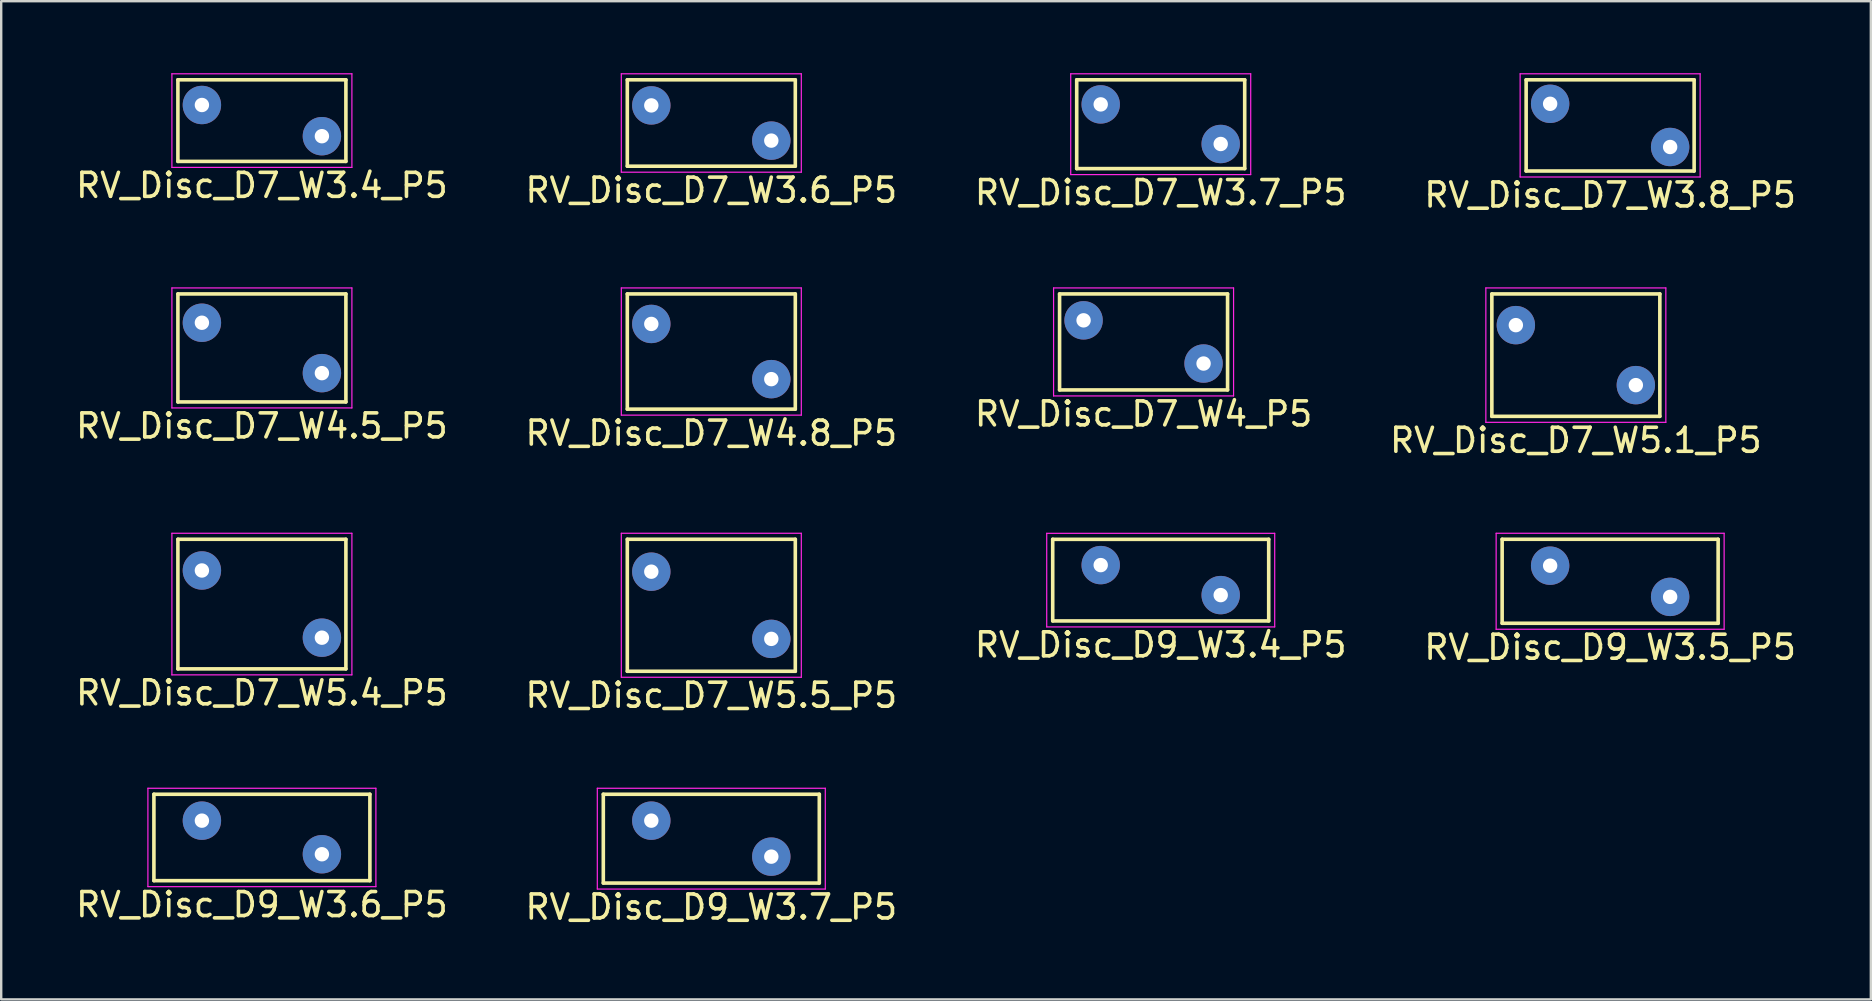
<source format=kicad_pcb>
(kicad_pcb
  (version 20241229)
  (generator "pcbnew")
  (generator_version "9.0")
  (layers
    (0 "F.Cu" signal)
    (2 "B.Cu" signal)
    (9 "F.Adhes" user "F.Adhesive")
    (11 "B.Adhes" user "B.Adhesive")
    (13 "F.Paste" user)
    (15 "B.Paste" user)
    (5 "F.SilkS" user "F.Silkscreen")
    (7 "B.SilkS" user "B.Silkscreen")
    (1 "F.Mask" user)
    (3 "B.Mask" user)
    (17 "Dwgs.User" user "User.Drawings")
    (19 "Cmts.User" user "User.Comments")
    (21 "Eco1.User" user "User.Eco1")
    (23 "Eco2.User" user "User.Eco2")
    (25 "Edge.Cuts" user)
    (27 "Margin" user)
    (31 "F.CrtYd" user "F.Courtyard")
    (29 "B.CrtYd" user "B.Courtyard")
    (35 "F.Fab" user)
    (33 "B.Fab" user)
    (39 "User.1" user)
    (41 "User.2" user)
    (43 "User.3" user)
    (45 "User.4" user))
  (footprint "RV_Disc_D7_W3.4_P5"
    (layer "F.Cu")
    (at 5.363 1.325)
    (property "Reference" "RV_Disc_D7_W3.4_P5" (at 2.5 3.35 0) (layer "F.SilkS") (effects (font (size 1 1) (thickness 0.15))))
    (attr through_hole)
    (fp_line (start -1 -1.05) (end -1 2.35) (stroke (width 0.15) (type solid)) (layer "F.SilkS"))
    (fp_line (start -1 -1.05) (end 6 -1.05) (stroke (width 0.15) (type solid)) (layer "F.SilkS"))
    (fp_line (start -1 2.35) (end 6 2.35) (stroke (width 0.15) (type solid)) (layer "F.SilkS"))
    (fp_line (start 6 -1.05) (end 6 2.35) (stroke (width 0.15) (type solid)) (layer "F.SilkS"))
    (fp_line (start -1.25 -1.3) (end -1.25 2.6) (stroke (width 0.05) (type solid)) (layer "F.CrtYd"))
    (fp_line (start -1.25 -1.3) (end 6.25 -1.3) (stroke (width 0.05) (type solid)) (layer "F.CrtYd"))
    (fp_line (start -1.25 2.6) (end 6.25 2.6) (stroke (width 0.05) (type solid)) (layer "F.CrtYd"))
    (fp_line (start 6.25 -1.3) (end 6.25 2.6) (stroke (width 0.05) (type solid)) (layer "F.CrtYd"))
    (pad "1" thru_hole circle (at 0 0) (size 1.6 1.6) (drill 0.6) (layers "*.Cu" "*.Mask"))
    (pad "2" thru_hole circle (at 5 1.3) (size 1.6 1.6) (drill 0.6) (layers "*.Cu" "*.Mask")))
  (footprint "RV_Disc_D7_W4.5_P5"
    (layer "F.Cu")
    (at 5.363 10.398)
    (property "Reference" "RV_Disc_D7_W4.5_P5" (at 2.5 4.3 0) (layer "F.SilkS") (effects (font (size 1 1) (thickness 0.15))))
    (attr through_hole)
    (fp_line (start -1 -1.2) (end -1 3.3) (stroke (width 0.15) (type solid)) (layer "F.SilkS"))
    (fp_line (start -1 -1.2) (end 6 -1.2) (stroke (width 0.15) (type solid)) (layer "F.SilkS"))
    (fp_line (start -1 3.3) (end 6 3.3) (stroke (width 0.15) (type solid)) (layer "F.SilkS"))
    (fp_line (start 6 -1.2) (end 6 3.3) (stroke (width 0.15) (type solid)) (layer "F.SilkS"))
    (fp_line (start -1.25 -1.45) (end -1.25 3.55) (stroke (width 0.05) (type solid)) (layer "F.CrtYd"))
    (fp_line (start -1.25 -1.45) (end 6.25 -1.45) (stroke (width 0.05) (type solid)) (layer "F.CrtYd"))
    (fp_line (start -1.25 3.55) (end 6.25 3.55) (stroke (width 0.05) (type solid)) (layer "F.CrtYd"))
    (fp_line (start 6.25 -1.45) (end 6.25 3.55) (stroke (width 0.05) (type solid)) (layer "F.CrtYd"))
    (pad "1" thru_hole circle (at 0 0) (size 1.6 1.6) (drill 0.6) (layers "*.Cu" "*.Mask"))
    (pad "2" thru_hole circle (at 5 2.1) (size 1.6 1.6) (drill 0.6) (layers "*.Cu" "*.Mask")))
  (footprint "RV_Disc_D7_W4.8_P5"
    (layer "F.Cu")
    (at 24.089 10.448)
    (property "Reference" "RV_Disc_D7_W4.8_P5" (at 2.5 4.55 0) (layer "F.SilkS") (effects (font (size 1 1) (thickness 0.15))))
    (attr through_hole)
    (fp_line (start -1 -1.25) (end -1 3.55) (stroke (width 0.15) (type solid)) (layer "F.SilkS"))
    (fp_line (start -1 -1.25) (end 6 -1.25) (stroke (width 0.15) (type solid)) (layer "F.SilkS"))
    (fp_line (start -1 3.55) (end 6 3.55) (stroke (width 0.15) (type solid)) (layer "F.SilkS"))
    (fp_line (start 6 -1.25) (end 6 3.55) (stroke (width 0.15) (type solid)) (layer "F.SilkS"))
    (fp_line (start -1.25 -1.5) (end -1.25 3.8) (stroke (width 0.05) (type solid)) (layer "F.CrtYd"))
    (fp_line (start -1.25 -1.5) (end 6.25 -1.5) (stroke (width 0.05) (type solid)) (layer "F.CrtYd"))
    (fp_line (start -1.25 3.8) (end 6.25 3.8) (stroke (width 0.05) (type solid)) (layer "F.CrtYd"))
    (fp_line (start 6.25 -1.5) (end 6.25 3.8) (stroke (width 0.05) (type solid)) (layer "F.CrtYd"))
    (pad "1" thru_hole circle (at 0 0) (size 1.6 1.6) (drill 0.6) (layers "*.Cu" "*.Mask"))
    (pad "2" thru_hole circle (at 5 2.3) (size 1.6 1.6) (drill 0.6) (layers "*.Cu" "*.Mask")))
  (footprint "RV_Disc_D9_W3.5_P5"
    (layer "F.Cu")
    (at 61.542 20.521)
    (property "Reference" "RV_Disc_D9_W3.5_P5" (at 2.5 3.4 0) (layer "F.SilkS") (effects (font (size 1 1) (thickness 0.15))))
    (attr through_hole)
    (fp_line (start -2 -1.1) (end -2 2.4) (stroke (width 0.15) (type solid)) (layer "F.SilkS"))
    (fp_line (start -2 -1.1) (end 7 -1.1) (stroke (width 0.15) (type solid)) (layer "F.SilkS"))
    (fp_line (start -2 2.4) (end 7 2.4) (stroke (width 0.15) (type solid)) (layer "F.SilkS"))
    (fp_line (start 7 -1.1) (end 7 2.4) (stroke (width 0.15) (type solid)) (layer "F.SilkS"))
    (fp_line (start -2.25 -1.35) (end -2.25 2.65) (stroke (width 0.05) (type solid)) (layer "F.CrtYd"))
    (fp_line (start -2.25 -1.35) (end 7.25 -1.35) (stroke (width 0.05) (type solid)) (layer "F.CrtYd"))
    (fp_line (start -2.25 2.65) (end 7.25 2.65) (stroke (width 0.05) (type solid)) (layer "F.CrtYd"))
    (fp_line (start 7.25 -1.35) (end 7.25 2.65) (stroke (width 0.05) (type solid)) (layer "F.CrtYd"))
    (pad "1" thru_hole circle (at 0 0) (size 1.6 1.6) (drill 0.6) (layers "*.Cu" "*.Mask"))
    (pad "2" thru_hole circle (at 5 1.3) (size 1.6 1.6) (drill 0.6) (layers "*.Cu" "*.Mask")))
  (footprint "RV_Disc_D9_W3.6_P5"
    (layer "F.Cu")
    (at 5.363 31.145)
    (property "Reference" "RV_Disc_D9_W3.6_P5" (at 2.5 3.5 0) (layer "F.SilkS") (effects (font (size 1 1) (thickness 0.15))))
    (attr through_hole)
    (fp_line (start -2 -1.1) (end -2 2.5) (stroke (width 0.15) (type solid)) (layer "F.SilkS"))
    (fp_line (start -2 -1.1) (end 7 -1.1) (stroke (width 0.15) (type solid)) (layer "F.SilkS"))
    (fp_line (start -2 2.5) (end 7 2.5) (stroke (width 0.15) (type solid)) (layer "F.SilkS"))
    (fp_line (start 7 -1.1) (end 7 2.5) (stroke (width 0.15) (type solid)) (layer "F.SilkS"))
    (fp_line (start -2.25 -1.35) (end -2.25 2.75) (stroke (width 0.05) (type solid)) (layer "F.CrtYd"))
    (fp_line (start -2.25 -1.35) (end 7.25 -1.35) (stroke (width 0.05) (type solid)) (layer "F.CrtYd"))
    (fp_line (start -2.25 2.75) (end 7.25 2.75) (stroke (width 0.05) (type solid)) (layer "F.CrtYd"))
    (fp_line (start 7.25 -1.35) (end 7.25 2.75) (stroke (width 0.05) (type solid)) (layer "F.CrtYd"))
    (pad "1" thru_hole circle (at 0 0) (size 1.6 1.6) (drill 0.6) (layers "*.Cu" "*.Mask"))
    (pad "2" thru_hole circle (at 5 1.4) (size 1.6 1.6) (drill 0.6) (layers "*.Cu" "*.Mask")))
  (footprint "RV_Disc_D7_W3.7_P5"
    (layer "F.Cu")
    (at 42.815 1.3)
    (property "Reference" "RV_Disc_D7_W3.7_P5" (at 2.5 3.675 0) (layer "F.SilkS") (effects (font (size 1 1) (thickness 0.15))))
    (attr through_hole)
    (fp_line (start -1 -1.025) (end -1 2.675) (stroke (width 0.15) (type solid)) (layer "F.SilkS"))
    (fp_line (start -1 -1.025) (end 6 -1.025) (stroke (width 0.15) (type solid)) (layer "F.SilkS"))
    (fp_line (start -1 2.675) (end 6 2.675) (stroke (width 0.15) (type solid)) (layer "F.SilkS"))
    (fp_line (start 6 -1.025) (end 6 2.675) (stroke (width 0.15) (type solid)) (layer "F.SilkS"))
    (fp_line (start -1.25 -1.275) (end -1.25 2.925) (stroke (width 0.05) (type solid)) (layer "F.CrtYd"))
    (fp_line (start -1.25 -1.275) (end 6.25 -1.275) (stroke (width 0.05) (type solid)) (layer "F.CrtYd"))
    (fp_line (start -1.25 2.925) (end 6.25 2.925) (stroke (width 0.05) (type solid)) (layer "F.CrtYd"))
    (fp_line (start 6.25 -1.275) (end 6.25 2.925) (stroke (width 0.05) (type solid)) (layer "F.CrtYd"))
    (pad "1" thru_hole circle (at 0 0) (size 1.6 1.6) (drill 0.6) (layers "*.Cu" "*.Mask"))
    (pad "2" thru_hole circle (at 5 1.65) (size 1.6 1.6) (drill 0.6) (layers "*.Cu" "*.Mask")))
  (footprint "RV_Disc_D7_W5.4_P5"
    (layer "F.Cu")
    (at 5.363 20.721)
    (property "Reference" "RV_Disc_D7_W5.4_P5" (at 2.5 5.1 0) (layer "F.SilkS") (effects (font (size 1 1) (thickness 0.15))))
    (attr through_hole)
    (fp_line (start -1 -1.3) (end -1 4.1) (stroke (width 0.15) (type solid)) (layer "F.SilkS"))
    (fp_line (start -1 -1.3) (end 6 -1.3) (stroke (width 0.15) (type solid)) (layer "F.SilkS"))
    (fp_line (start -1 4.1) (end 6 4.1) (stroke (width 0.15) (type solid)) (layer "F.SilkS"))
    (fp_line (start 6 -1.3) (end 6 4.1) (stroke (width 0.15) (type solid)) (layer "F.SilkS"))
    (fp_line (start -1.25 -1.55) (end -1.25 4.35) (stroke (width 0.05) (type solid)) (layer "F.CrtYd"))
    (fp_line (start -1.25 -1.55) (end 6.25 -1.55) (stroke (width 0.05) (type solid)) (layer "F.CrtYd"))
    (fp_line (start -1.25 4.35) (end 6.25 4.35) (stroke (width 0.05) (type solid)) (layer "F.CrtYd"))
    (fp_line (start 6.25 -1.55) (end 6.25 4.35) (stroke (width 0.05) (type solid)) (layer "F.CrtYd"))
    (pad "1" thru_hole circle (at 0 0) (size 1.6 1.6) (drill 0.6) (layers "*.Cu" "*.Mask"))
    (pad "2" thru_hole circle (at 5 2.8) (size 1.6 1.6) (drill 0.6) (layers "*.Cu" "*.Mask")))
  (footprint "RV_Disc_D9_W3.4_P5"
    (layer "F.Cu")
    (at 42.815 20.497)
    (property "Reference" "RV_Disc_D9_W3.4_P5" (at 2.5 3.325 0) (layer "F.SilkS") (effects (font (size 1 1) (thickness 0.15))))
    (attr through_hole)
    (fp_line (start -2 -1.075) (end -2 2.325) (stroke (width 0.15) (type solid)) (layer "F.SilkS"))
    (fp_line (start -2 -1.075) (end 7 -1.075) (stroke (width 0.15) (type solid)) (layer "F.SilkS"))
    (fp_line (start -2 2.325) (end 7 2.325) (stroke (width 0.15) (type solid)) (layer "F.SilkS"))
    (fp_line (start 7 -1.075) (end 7 2.325) (stroke (width 0.15) (type solid)) (layer "F.SilkS"))
    (fp_line (start -2.25 -1.325) (end -2.25 2.575) (stroke (width 0.05) (type solid)) (layer "F.CrtYd"))
    (fp_line (start -2.25 -1.325) (end 7.25 -1.325) (stroke (width 0.05) (type solid)) (layer "F.CrtYd"))
    (fp_line (start -2.25 2.575) (end 7.25 2.575) (stroke (width 0.05) (type solid)) (layer "F.CrtYd"))
    (fp_line (start 7.25 -1.325) (end 7.25 2.575) (stroke (width 0.05) (type solid)) (layer "F.CrtYd"))
    (pad "1" thru_hole circle (at 0 0) (size 1.6 1.6) (drill 0.6) (layers "*.Cu" "*.Mask"))
    (pad "2" thru_hole circle (at 5 1.25) (size 1.6 1.6) (drill 0.6) (layers "*.Cu" "*.Mask")))
  (footprint "RV_Disc_D7_W3.6_P5"
    (layer "F.Cu")
    (at 24.089 1.342)
    (property "Reference" "RV_Disc_D7_W3.6_P5" (at 2.5 3.533 0) (layer "F.SilkS") (effects (font (size 1 1) (thickness 0.15))))
    (attr through_hole)
    (fp_line (start -1 -1.067) (end -1 2.533) (stroke (width 0.15) (type solid)) (layer "F.SilkS"))
    (fp_line (start -1 -1.067) (end 6 -1.067) (stroke (width 0.15) (type solid)) (layer "F.SilkS"))
    (fp_line (start -1 2.533) (end 6 2.533) (stroke (width 0.15) (type solid)) (layer "F.SilkS"))
    (fp_line (start 6 -1.067) (end 6 2.533) (stroke (width 0.15) (type solid)) (layer "F.SilkS"))
    (fp_line (start -1.25 -1.317) (end -1.25 2.783) (stroke (width 0.05) (type solid)) (layer "F.CrtYd"))
    (fp_line (start -1.25 -1.317) (end 6.25 -1.317) (stroke (width 0.05) (type solid)) (layer "F.CrtYd"))
    (fp_line (start -1.25 2.783) (end 6.25 2.783) (stroke (width 0.05) (type solid)) (layer "F.CrtYd"))
    (fp_line (start 6.25 -1.317) (end 6.25 2.783) (stroke (width 0.05) (type solid)) (layer "F.CrtYd"))
    (pad "1" thru_hole circle (at 0 0) (size 1.6 1.6) (drill 0.6) (layers "*.Cu" "*.Mask"))
    (pad "2" thru_hole circle (at 5 1.467) (size 1.6 1.6) (drill 0.6) (layers "*.Cu" "*.Mask")))
  (footprint "RV_Disc_D7_W3.8_P5"
    (layer "F.Cu")
    (at 61.542 1.275)
    (property "Reference" "RV_Disc_D7_W3.8_P5" (at 2.5 3.8 0) (layer "F.SilkS") (effects (font (size 1 1) (thickness 0.15))))
    (attr through_hole)
    (fp_line (start -1 -1) (end -1 2.8) (stroke (width 0.15) (type solid)) (layer "F.SilkS"))
    (fp_line (start -1 -1) (end 6 -1) (stroke (width 0.15) (type solid)) (layer "F.SilkS"))
    (fp_line (start -1 2.8) (end 6 2.8) (stroke (width 0.15) (type solid)) (layer "F.SilkS"))
    (fp_line (start 6 -1) (end 6 2.8) (stroke (width 0.15) (type solid)) (layer "F.SilkS"))
    (fp_line (start -1.25 -1.25) (end -1.25 3.05) (stroke (width 0.05) (type solid)) (layer "F.CrtYd"))
    (fp_line (start -1.25 -1.25) (end 6.25 -1.25) (stroke (width 0.05) (type solid)) (layer "F.CrtYd"))
    (fp_line (start -1.25 3.05) (end 6.25 3.05) (stroke (width 0.05) (type solid)) (layer "F.CrtYd"))
    (fp_line (start 6.25 -1.25) (end 6.25 3.05) (stroke (width 0.05) (type solid)) (layer "F.CrtYd"))
    (pad "1" thru_hole circle (at 0 0) (size 1.6 1.6) (drill 0.6) (layers "*.Cu" "*.Mask"))
    (pad "2" thru_hole circle (at 5 1.8) (size 1.6 1.6) (drill 0.6) (layers "*.Cu" "*.Mask")))
  (footprint "RV_Disc_D9_W3.7_P5"
    (layer "F.Cu")
    (at 24.089 31.145)
    (property "Reference" "RV_Disc_D9_W3.7_P5" (at 2.5 3.6 0) (layer "F.SilkS") (effects (font (size 1 1) (thickness 0.15))))
    (attr through_hole)
    (fp_line (start -2 -1.1) (end -2 2.6) (stroke (width 0.15) (type solid)) (layer "F.SilkS"))
    (fp_line (start -2 -1.1) (end 7 -1.1) (stroke (width 0.15) (type solid)) (layer "F.SilkS"))
    (fp_line (start -2 2.6) (end 7 2.6) (stroke (width 0.15) (type solid)) (layer "F.SilkS"))
    (fp_line (start 7 -1.1) (end 7 2.6) (stroke (width 0.15) (type solid)) (layer "F.SilkS"))
    (fp_line (start -2.25 -1.35) (end -2.25 2.85) (stroke (width 0.05) (type solid)) (layer "F.CrtYd"))
    (fp_line (start -2.25 -1.35) (end 7.25 -1.35) (stroke (width 0.05) (type solid)) (layer "F.CrtYd"))
    (fp_line (start -2.25 2.85) (end 7.25 2.85) (stroke (width 0.05) (type solid)) (layer "F.CrtYd"))
    (fp_line (start 7.25 -1.35) (end 7.25 2.85) (stroke (width 0.05) (type solid)) (layer "F.CrtYd"))
    (pad "1" thru_hole circle (at 0 0) (size 1.6 1.6) (drill 0.6) (layers "*.Cu" "*.Mask"))
    (pad "2" thru_hole circle (at 5 1.5) (size 1.6 1.6) (drill 0.6) (layers "*.Cu" "*.Mask")))
  (footprint "RV_Disc_D7_W5.1_P5"
    (layer "F.Cu")
    (at 60.113 10.498)
    (property "Reference" "RV_Disc_D7_W5.1_P5" (at 2.5 4.8 0) (layer "F.SilkS") (effects (font (size 1 1) (thickness 0.15))))
    (attr through_hole)
    (fp_line (start -1 -1.3) (end -1 3.8) (stroke (width 0.15) (type solid)) (layer "F.SilkS"))
    (fp_line (start -1 -1.3) (end 6 -1.3) (stroke (width 0.15) (type solid)) (layer "F.SilkS"))
    (fp_line (start -1 3.8) (end 6 3.8) (stroke (width 0.15) (type solid)) (layer "F.SilkS"))
    (fp_line (start 6 -1.3) (end 6 3.8) (stroke (width 0.15) (type solid)) (layer "F.SilkS"))
    (fp_line (start -1.25 -1.55) (end -1.25 4.05) (stroke (width 0.05) (type solid)) (layer "F.CrtYd"))
    (fp_line (start -1.25 -1.55) (end 6.25 -1.55) (stroke (width 0.05) (type solid)) (layer "F.CrtYd"))
    (fp_line (start -1.25 4.05) (end 6.25 4.05) (stroke (width 0.05) (type solid)) (layer "F.CrtYd"))
    (fp_line (start 6.25 -1.55) (end 6.25 4.05) (stroke (width 0.05) (type solid)) (layer "F.CrtYd"))
    (pad "1" thru_hole circle (at 0 0) (size 1.6 1.6) (drill 0.6) (layers "*.Cu" "*.Mask"))
    (pad "2" thru_hole circle (at 5 2.5) (size 1.6 1.6) (drill 0.6) (layers "*.Cu" "*.Mask")))
  (footprint "RV_Disc_D7_W5.5_P5"
    (layer "F.Cu")
    (at 24.089 20.771)
    (property "Reference" "RV_Disc_D7_W5.5_P5" (at 2.5 5.15 0) (layer "F.SilkS") (effects (font (size 1 1) (thickness 0.15))))
    (attr through_hole)
    (fp_line (start -1 -1.35) (end -1 4.15) (stroke (width 0.15) (type solid)) (layer "F.SilkS"))
    (fp_line (start -1 -1.35) (end 6 -1.35) (stroke (width 0.15) (type solid)) (layer "F.SilkS"))
    (fp_line (start -1 4.15) (end 6 4.15) (stroke (width 0.15) (type solid)) (layer "F.SilkS"))
    (fp_line (start 6 -1.35) (end 6 4.15) (stroke (width 0.15) (type solid)) (layer "F.SilkS"))
    (fp_line (start -1.25 -1.6) (end -1.25 4.4) (stroke (width 0.05) (type solid)) (layer "F.CrtYd"))
    (fp_line (start -1.25 -1.6) (end 6.25 -1.6) (stroke (width 0.05) (type solid)) (layer "F.CrtYd"))
    (fp_line (start -1.25 4.4) (end 6.25 4.4) (stroke (width 0.05) (type solid)) (layer "F.CrtYd"))
    (fp_line (start 6.25 -1.6) (end 6.25 4.4) (stroke (width 0.05) (type solid)) (layer "F.CrtYd"))
    (pad "1" thru_hole circle (at 0 0) (size 1.6 1.6) (drill 0.6) (layers "*.Cu" "*.Mask"))
    (pad "2" thru_hole circle (at 5 2.8) (size 1.6 1.6) (drill 0.6) (layers "*.Cu" "*.Mask")))
  (footprint "RV_Disc_D7_W4_P5"
    (layer "F.Cu")
    (at 42.101 10.298)
    (property "Reference" "RV_Disc_D7_W4_P5" (at 2.5 3.9 0) (layer "F.SilkS") (effects (font (size 1 1) (thickness 0.15))))
    (attr through_hole)
    (fp_line (start -1 -1.1) (end -1 2.9) (stroke (width 0.15) (type solid)) (layer "F.SilkS"))
    (fp_line (start -1 -1.1) (end 6 -1.1) (stroke (width 0.15) (type solid)) (layer "F.SilkS"))
    (fp_line (start -1 2.9) (end 6 2.9) (stroke (width 0.15) (type solid)) (layer "F.SilkS"))
    (fp_line (start 6 -1.1) (end 6 2.9) (stroke (width 0.15) (type solid)) (layer "F.SilkS"))
    (fp_line (start -1.25 -1.35) (end -1.25 3.15) (stroke (width 0.05) (type solid)) (layer "F.CrtYd"))
    (fp_line (start -1.25 -1.35) (end 6.25 -1.35) (stroke (width 0.05) (type solid)) (layer "F.CrtYd"))
    (fp_line (start -1.25 3.15) (end 6.25 3.15) (stroke (width 0.05) (type solid)) (layer "F.CrtYd"))
    (fp_line (start 6.25 -1.35) (end 6.25 3.15) (stroke (width 0.05) (type solid)) (layer "F.CrtYd"))
    (pad "1" thru_hole circle (at 0 0) (size 1.6 1.6) (drill 0.6) (layers "*.Cu" "*.Mask"))
    (pad "2" thru_hole circle (at 5 1.8) (size 1.6 1.6) (drill 0.6) (layers "*.Cu" "*.Mask")))
  (gr_rect
    (start -3 -3)
    (end 74.905 38.593)
    (stroke (width 0.1) (type default))
    (fill no)
    (layer "Edge.Cuts")))
</source>
